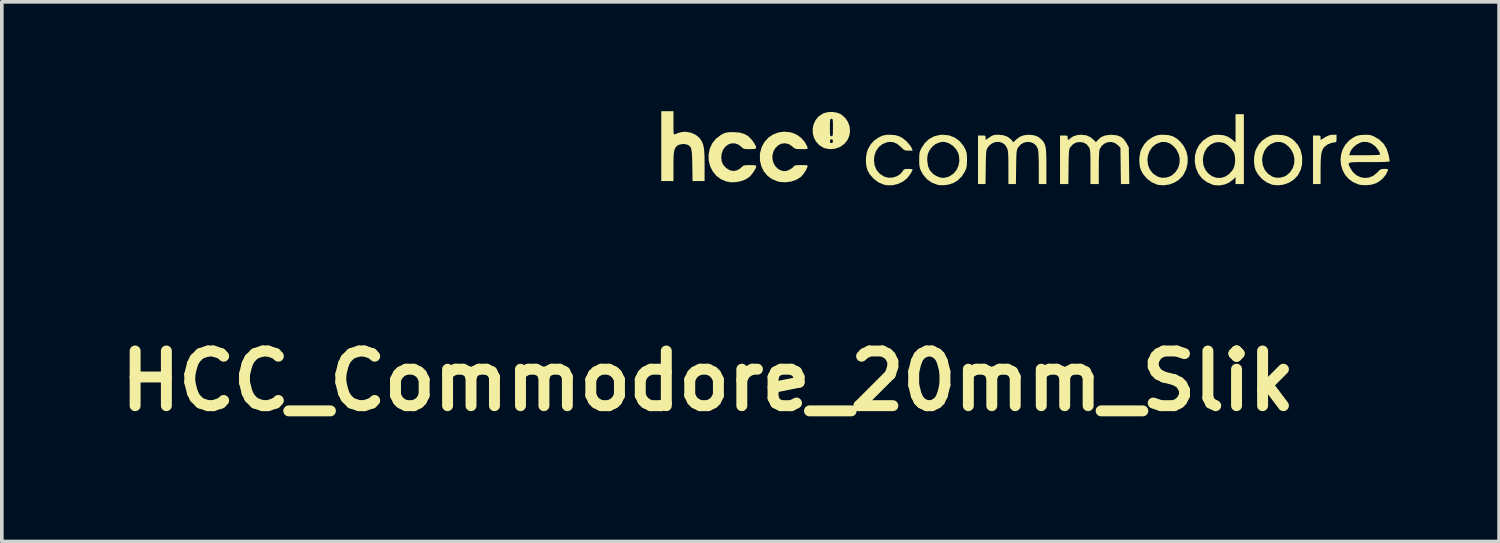
<source format=kicad_pcb>
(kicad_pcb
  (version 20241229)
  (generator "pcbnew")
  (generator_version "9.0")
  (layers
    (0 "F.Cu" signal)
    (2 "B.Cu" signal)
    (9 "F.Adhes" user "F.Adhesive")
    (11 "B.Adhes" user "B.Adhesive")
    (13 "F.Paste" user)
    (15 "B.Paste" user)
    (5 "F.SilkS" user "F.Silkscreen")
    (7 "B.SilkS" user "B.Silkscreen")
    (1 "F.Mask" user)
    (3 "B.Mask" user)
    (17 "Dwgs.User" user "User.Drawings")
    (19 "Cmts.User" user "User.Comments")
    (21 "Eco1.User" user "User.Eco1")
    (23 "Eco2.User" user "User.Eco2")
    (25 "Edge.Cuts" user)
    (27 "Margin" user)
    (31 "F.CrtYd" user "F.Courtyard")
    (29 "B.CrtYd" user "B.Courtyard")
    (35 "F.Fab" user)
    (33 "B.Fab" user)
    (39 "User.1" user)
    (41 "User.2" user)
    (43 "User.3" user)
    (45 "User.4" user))
  (footprint "HCC_Commodore_20mm_Slik"
    (layer "F.Cu")
    (at 25.071 1)
    (property "Reference" "HCC_Commodore_20mm_Slik" (at -8.7 6.4 0) (layer "F.SilkS") (effects (font (size 1.5 1.5) (thickness 0.3))))
    (attr board_only exclude_from_pos_files exclude_from_bom)
    (fp_poly (pts (xy 8.543 -0.25) (xy 8.541 -0.188) (xy 8.532 -0.157) (xy 8.511 -0.146) (xy 8.499 -0.146) (xy 8.401 -0.13) (xy 8.301 -0.088) (xy 8.22 -0.03) (xy 8.219 -0.029) (xy 8.183 0.013) (xy 8.155 0.063) (xy 8.134 0.126) (xy 8.12 0.207) (xy 8.111 0.312) (xy 8.107 0.448) (xy 8.105 0.613) (xy 8.105 1) (xy 8.001 1) (xy 7.897 1) (xy 7.897 0.333) (xy 7.897 -0.333) (xy 8.001 -0.333) (xy 8.063 -0.332) (xy 8.094 -0.324) (xy 8.104 -0.302) (xy 8.105 -0.272) (xy 8.105 -0.211) (xy 8.224 -0.283) (xy 8.308 -0.327) (xy 8.379 -0.349) (xy 8.443 -0.354) (xy 8.543 -0.354)) (stroke (width 0) (type solid)) (fill yes) (layer "F.SilkS"))
    (fp_poly (pts (xy -9.647 -0.675) (xy -9.647 -0.552) (xy -9.646 -0.465) (xy -9.643 -0.409) (xy -9.637 -0.377) (xy -9.629 -0.363) (xy -9.616 -0.363) (xy -9.611 -0.365) (xy -9.501 -0.407) (xy -9.41 -0.429) (xy -9.324 -0.435) (xy -9.293 -0.433) (xy -9.159 -0.408) (xy -9.039 -0.353) (xy -8.942 -0.276) (xy -8.916 -0.244) (xy -8.878 -0.186) (xy -8.848 -0.127) (xy -8.826 -0.06) (xy -8.811 0.021) (xy -8.801 0.122) (xy -8.795 0.249) (xy -8.793 0.41) (xy -8.793 0.483) (xy -8.793 0.917) (xy -8.958 0.917) (xy -9.123 0.917) (xy -9.13 0.484) (xy -9.133 0.324) (xy -9.138 0.2) (xy -9.146 0.107) (xy -9.158 0.039) (xy -9.176 -0.008) (xy -9.2 -0.041) (xy -9.234 -0.065) (xy -9.274 -0.084) (xy -9.35 -0.1) (xy -9.437 -0.094) (xy -9.514 -0.071) (xy -9.548 -0.049) (xy -9.58 -0.015) (xy -9.605 0.024) (xy -9.623 0.075) (xy -9.635 0.143) (xy -9.643 0.235) (xy -9.646 0.356) (xy -9.647 0.513) (xy -9.647 0.52) (xy -9.647 0.917) (xy -9.814 0.917) (xy -9.981 0.917) (xy -9.981 -0.042) (xy -9.981 -1) (xy -9.814 -1) (xy -9.647 -1)) (stroke (width 0) (type solid)) (fill yes) (layer "F.SilkS"))
    (fp_poly (pts (xy 3.928 -0.345) (xy 4.048 -0.312) (xy 4.155 -0.253) (xy 4.253 -0.168) (xy 4.357 -0.036) (xy 4.426 0.113) (xy 4.46 0.271) (xy 4.457 0.434) (xy 4.419 0.594) (xy 4.344 0.744) (xy 4.315 0.784) (xy 4.215 0.885) (xy 4.088 0.962) (xy 3.945 1.013) (xy 3.796 1.034) (xy 3.652 1.022) (xy 3.625 1.015) (xy 3.479 0.953) (xy 3.348 0.856) (xy 3.24 0.732) (xy 3.181 0.628) (xy 3.147 0.518) (xy 3.133 0.386) (xy 3.134 0.339) (xy 3.355 0.339) (xy 3.374 0.484) (xy 3.428 0.612) (xy 3.517 0.717) (xy 3.636 0.795) (xy 3.742 0.825) (xy 3.859 0.823) (xy 3.972 0.79) (xy 4.024 0.762) (xy 4.126 0.671) (xy 4.197 0.559) (xy 4.235 0.435) (xy 4.241 0.304) (xy 4.212 0.174) (xy 4.15 0.052) (xy 4.087 -0.024) (xy 3.985 -0.107) (xy 3.881 -0.15) (xy 3.77 -0.157) (xy 3.71 -0.146) (xy 3.59 -0.097) (xy 3.49 -0.015) (xy 3.415 0.092) (xy 3.368 0.22) (xy 3.355 0.339) (xy 3.134 0.339) (xy 3.138 0.248) (xy 3.162 0.118) (xy 3.19 0.041) (xy 3.269 -0.096) (xy 3.367 -0.201) (xy 3.49 -0.283) (xy 3.505 -0.291) (xy 3.587 -0.327) (xy 3.658 -0.347) (xy 3.741 -0.354) (xy 3.781 -0.354)) (stroke (width 0) (type solid)) (fill yes) (layer "F.SilkS"))
    (fp_poly (pts (xy 7.082 -0.342) (xy 7.211 -0.304) (xy 7.327 -0.235) (xy 7.375 -0.195) (xy 7.483 -0.074) (xy 7.556 0.063) (xy 7.595 0.222) (xy 7.601 0.292) (xy 7.597 0.461) (xy 7.561 0.608) (xy 7.49 0.744) (xy 7.462 0.784) (xy 7.361 0.885) (xy 7.234 0.963) (xy 7.091 1.014) (xy 6.942 1.034) (xy 6.798 1.021) (xy 6.771 1.015) (xy 6.625 0.953) (xy 6.494 0.856) (xy 6.387 0.732) (xy 6.327 0.628) (xy 6.293 0.518) (xy 6.279 0.386) (xy 6.281 0.339) (xy 6.501 0.339) (xy 6.52 0.484) (xy 6.575 0.612) (xy 6.663 0.717) (xy 6.782 0.795) (xy 6.889 0.825) (xy 7.006 0.823) (xy 7.119 0.79) (xy 7.17 0.762) (xy 7.272 0.671) (xy 7.343 0.559) (xy 7.382 0.435) (xy 7.387 0.304) (xy 7.359 0.174) (xy 7.296 0.052) (xy 7.233 -0.024) (xy 7.131 -0.107) (xy 7.028 -0.15) (xy 6.917 -0.157) (xy 6.856 -0.146) (xy 6.737 -0.097) (xy 6.637 -0.015) (xy 6.561 0.092) (xy 6.515 0.22) (xy 6.501 0.339) (xy 6.281 0.339) (xy 6.284 0.248) (xy 6.308 0.118) (xy 6.336 0.041) (xy 6.416 -0.096) (xy 6.513 -0.201) (xy 6.636 -0.283) (xy 6.652 -0.291) (xy 6.733 -0.327) (xy 6.805 -0.347) (xy 6.888 -0.354) (xy 6.928 -0.354)) (stroke (width 0) (type solid)) (fill yes) (layer "F.SilkS"))
    (fp_poly (pts (xy 6.001 0.042) (xy 6.001 1) (xy 5.886 1) (xy 5.772 1) (xy 5.772 0.905) (xy 5.772 0.809) (xy 5.707 0.874) (xy 5.596 0.958) (xy 5.466 1.013) (xy 5.326 1.037) (xy 5.188 1.028) (xy 5.136 1.014) (xy 4.978 0.942) (xy 4.849 0.841) (xy 4.751 0.711) (xy 4.685 0.558) (xy 4.653 0.388) (xy 4.655 0.344) (xy 4.877 0.344) (xy 4.894 0.488) (xy 4.948 0.613) (xy 5.021 0.705) (xy 5.127 0.784) (xy 5.245 0.826) (xy 5.37 0.83) (xy 5.476 0.801) (xy 5.588 0.732) (xy 5.681 0.629) (xy 5.716 0.573) (xy 5.747 0.483) (xy 5.761 0.374) (xy 5.758 0.261) (xy 5.738 0.162) (xy 5.722 0.125) (xy 5.648 0.016) (xy 5.555 -0.071) (xy 5.454 -0.128) (xy 5.432 -0.135) (xy 5.307 -0.153) (xy 5.189 -0.133) (xy 5.083 -0.08) (xy 4.994 0.002) (xy 4.927 0.108) (xy 4.887 0.236) (xy 4.877 0.344) (xy 4.655 0.344) (xy 4.659 0.223) (xy 4.7 0.068) (xy 4.774 -0.072) (xy 4.879 -0.191) (xy 5.013 -0.284) (xy 5.026 -0.291) (xy 5.108 -0.327) (xy 5.18 -0.347) (xy 5.262 -0.353) (xy 5.301 -0.354) (xy 5.441 -0.341) (xy 5.559 -0.302) (xy 5.669 -0.231) (xy 5.695 -0.209) (xy 5.772 -0.142) (xy 5.772 -0.529) (xy 5.772 -0.917) (xy 5.886 -0.917) (xy 6.001 -0.917)) (stroke (width 0) (type solid)) (fill yes) (layer "F.SilkS"))
    (fp_poly (pts (xy -5.155 -0.958) (xy -5.055 -0.917) (xy -5.045 -0.911) (xy -4.936 -0.817) (xy -4.859 -0.705) (xy -4.815 -0.581) (xy -4.803 -0.453) (xy -4.822 -0.327) (xy -4.873 -0.209) (xy -4.956 -0.105) (xy -5.069 -0.023) (xy -5.083 -0.016) (xy -5.21 0.029) (xy -5.346 0.042) (xy -5.476 0.023) (xy -5.533 0.003) (xy -5.649 -0.07) (xy -5.736 -0.166) (xy -5.742 -0.177) (xy -5.355 -0.177) (xy -5.345 -0.136) (xy -5.313 -0.125) (xy -5.281 -0.137) (xy -5.272 -0.177) (xy -5.281 -0.218) (xy -5.313 -0.229) (xy -5.346 -0.217) (xy -5.355 -0.177) (xy -5.742 -0.177) (xy -5.795 -0.278) (xy -5.825 -0.4) (xy -5.826 -0.526) (xy -5.821 -0.552) (xy -5.355 -0.552) (xy -5.355 -0.449) (xy -5.352 -0.381) (xy -5.347 -0.34) (xy -5.338 -0.32) (xy -5.324 -0.313) (xy -5.313 -0.313) (xy -5.295 -0.315) (xy -5.284 -0.327) (xy -5.276 -0.357) (xy -5.273 -0.41) (xy -5.272 -0.494) (xy -5.272 -0.552) (xy -5.272 -0.655) (xy -5.274 -0.723) (xy -5.279 -0.764) (xy -5.289 -0.784) (xy -5.303 -0.791) (xy -5.313 -0.792) (xy -5.331 -0.789) (xy -5.343 -0.777) (xy -5.35 -0.748) (xy -5.354 -0.695) (xy -5.355 -0.611) (xy -5.355 -0.552) (xy -5.821 -0.552) (xy -5.8 -0.648) (xy -5.745 -0.761) (xy -5.663 -0.857) (xy -5.552 -0.931) (xy -5.511 -0.949) (xy -5.399 -0.976) (xy -5.275 -0.978)) (stroke (width 0) (type solid)) (fill yes) (layer "F.SilkS"))
    (fp_poly (pts (xy -3.573 -0.345) (xy -3.453 -0.312) (xy -3.347 -0.253) (xy -3.249 -0.168) (xy -3.19 -0.103) (xy -3.14 -0.039) (xy -3.111 0.011) (xy -3.11 0.016) (xy -3.086 0.083) (xy -3.197 0.083) (xy -3.257 0.081) (xy -3.301 0.071) (xy -3.342 0.045) (xy -3.394 -0.004) (xy -3.409 -0.019) (xy -3.51 -0.103) (xy -3.611 -0.148) (xy -3.717 -0.158) (xy -3.793 -0.146) (xy -3.915 -0.096) (xy -4.015 -0.015) (xy -4.09 0.093) (xy -4.134 0.222) (xy -4.146 0.338) (xy -4.128 0.487) (xy -4.076 0.613) (xy -3.99 0.715) (xy -3.872 0.791) (xy -3.862 0.796) (xy -3.75 0.825) (xy -3.634 0.821) (xy -3.523 0.787) (xy -3.427 0.727) (xy -3.358 0.645) (xy -3.335 0.61) (xy -3.306 0.592) (xy -3.26 0.585) (xy -3.204 0.584) (xy -3.139 0.586) (xy -3.096 0.592) (xy -3.084 0.599) (xy -3.094 0.624) (xy -3.119 0.674) (xy -3.148 0.725) (xy -3.237 0.841) (xy -3.354 0.933) (xy -3.49 0.997) (xy -3.638 1.032) (xy -3.788 1.032) (xy -3.877 1.015) (xy -4.023 0.953) (xy -4.153 0.856) (xy -4.261 0.732) (xy -4.321 0.628) (xy -4.354 0.518) (xy -4.368 0.386) (xy -4.363 0.248) (xy -4.339 0.118) (xy -4.311 0.041) (xy -4.232 -0.096) (xy -4.135 -0.201) (xy -4.011 -0.283) (xy -3.996 -0.291) (xy -3.914 -0.327) (xy -3.843 -0.347) (xy -3.76 -0.354) (xy -3.72 -0.354)) (stroke (width 0) (type solid)) (fill yes) (layer "F.SilkS"))
    (fp_poly (pts (xy -6.45 -0.423) (xy -6.391 -0.409) (xy -6.26 -0.352) (xy -6.142 -0.266) (xy -6.046 -0.158) (xy -5.981 -0.038) (xy -5.97 -0.005) (xy -5.965 0.018) (xy -5.972 0.031) (xy -5.998 0.039) (xy -6.051 0.041) (xy -6.132 0.042) (xy -6.219 0.041) (xy -6.276 0.036) (xy -6.315 0.024) (xy -6.349 0.002) (xy -6.383 -0.03) (xy -6.478 -0.094) (xy -6.578 -0.12) (xy -6.679 -0.11) (xy -6.772 -0.065) (xy -6.852 0.013) (xy -6.899 0.093) (xy -6.931 0.206) (xy -6.93 0.319) (xy -6.9 0.426) (xy -6.844 0.519) (xy -6.767 0.591) (xy -6.672 0.635) (xy -6.593 0.646) (xy -6.531 0.634) (xy -6.459 0.603) (xy -6.393 0.562) (xy -6.35 0.521) (xy -6.35 0.52) (xy -6.333 0.5) (xy -6.305 0.488) (xy -6.257 0.482) (xy -6.181 0.479) (xy -6.14 0.479) (xy -6.053 0.48) (xy -5.999 0.482) (xy -5.973 0.489) (xy -5.965 0.503) (xy -5.97 0.524) (xy -5.97 0.526) (xy -6.011 0.619) (xy -6.074 0.716) (xy -6.146 0.797) (xy -6.161 0.811) (xy -6.276 0.881) (xy -6.415 0.929) (xy -6.565 0.95) (xy -6.714 0.943) (xy -6.789 0.927) (xy -6.941 0.864) (xy -7.069 0.771) (xy -7.169 0.651) (xy -7.238 0.509) (xy -7.274 0.351) (xy -7.275 0.18) (xy -7.269 0.139) (xy -7.225 -0.021) (xy -7.147 -0.16) (xy -7.043 -0.274) (xy -6.916 -0.36) (xy -6.771 -0.416) (xy -6.614 -0.438)) (stroke (width 0) (type solid)) (fill yes) (layer "F.SilkS"))
    (fp_poly (pts (xy -7.838 -0.413) (xy -7.705 -0.377) (xy -7.594 -0.314) (xy -7.5 -0.219) (xy -7.444 -0.141) (xy -7.397 -0.061) (xy -7.376 -0.009) (xy -7.387 0.022) (xy -7.431 0.037) (xy -7.512 0.041) (xy -7.55 0.042) (xy -7.637 0.041) (xy -7.693 0.036) (xy -7.73 0.024) (xy -7.758 0.003) (xy -7.774 -0.012) (xy -7.863 -0.083) (xy -7.959 -0.117) (xy -8.055 -0.117) (xy -8.145 -0.086) (xy -8.224 -0.027) (xy -8.286 0.058) (xy -8.325 0.166) (xy -8.335 0.265) (xy -8.324 0.375) (xy -8.286 0.464) (xy -8.215 0.546) (xy -8.201 0.558) (xy -8.104 0.619) (xy -8.002 0.64) (xy -7.901 0.622) (xy -7.807 0.565) (xy -7.782 0.541) (xy -7.75 0.511) (xy -7.719 0.492) (xy -7.678 0.483) (xy -7.614 0.48) (xy -7.549 0.479) (xy -7.464 0.48) (xy -7.412 0.484) (xy -7.386 0.493) (xy -7.377 0.509) (xy -7.376 0.517) (xy -7.389 0.561) (xy -7.423 0.625) (xy -7.47 0.695) (xy -7.522 0.761) (xy -7.556 0.796) (xy -7.657 0.866) (xy -7.784 0.917) (xy -7.925 0.946) (xy -8.068 0.951) (xy -8.194 0.93) (xy -8.342 0.868) (xy -8.469 0.774) (xy -8.569 0.653) (xy -8.641 0.51) (xy -8.68 0.352) (xy -8.684 0.198) (xy -8.651 0.029) (xy -8.581 -0.121) (xy -8.477 -0.249) (xy -8.341 -0.351) (xy -8.308 -0.369) (xy -8.251 -0.397) (xy -8.199 -0.413) (xy -8.138 -0.422) (xy -8.057 -0.425) (xy -8.001 -0.425)) (stroke (width 0) (type solid)) (fill yes) (layer "F.SilkS"))
    (fp_poly (pts (xy -2.083 -0.335) (xy -1.934 -0.278) (xy -1.805 -0.186) (xy -1.699 -0.061) (xy -1.655 0.014) (xy -1.626 0.077) (xy -1.608 0.132) (xy -1.598 0.192) (xy -1.594 0.273) (xy -1.594 0.333) (xy -1.596 0.435) (xy -1.602 0.509) (xy -1.616 0.569) (xy -1.64 0.63) (xy -1.649 0.648) (xy -1.736 0.788) (xy -1.851 0.901) (xy -1.969 0.972) (xy -2.082 1.009) (xy -2.209 1.03) (xy -2.332 1.031) (xy -2.402 1.02) (xy -2.558 0.961) (xy -2.692 0.867) (xy -2.799 0.742) (xy -2.852 0.648) (xy -2.879 0.584) (xy -2.895 0.525) (xy -2.904 0.457) (xy -2.906 0.364) (xy -2.906 0.333) (xy -2.906 0.282) (xy -2.685 0.282) (xy -2.684 0.367) (xy -2.662 0.511) (xy -2.61 0.627) (xy -2.527 0.719) (xy -2.44 0.775) (xy -2.33 0.82) (xy -2.228 0.83) (xy -2.122 0.805) (xy -2.071 0.784) (xy -1.964 0.712) (xy -1.881 0.612) (xy -1.827 0.493) (xy -1.804 0.36) (xy -1.815 0.223) (xy -1.832 0.158) (xy -1.888 0.051) (xy -1.973 -0.043) (xy -2.076 -0.113) (xy -2.139 -0.137) (xy -2.209 -0.155) (xy -2.263 -0.159) (xy -2.323 -0.148) (xy -2.362 -0.137) (xy -2.463 -0.095) (xy -2.544 -0.027) (xy -2.549 -0.021) (xy -2.624 0.075) (xy -2.667 0.171) (xy -2.685 0.282) (xy -2.906 0.282) (xy -2.905 0.235) (xy -2.899 0.165) (xy -2.886 0.108) (xy -2.863 0.051) (xy -2.845 0.014) (xy -2.752 -0.127) (xy -2.635 -0.236) (xy -2.495 -0.311) (xy -2.337 -0.349) (xy -2.25 -0.354)) (stroke (width 0) (type solid)) (fill yes) (layer "F.SilkS"))
    (fp_poly (pts (xy 1.677 -0.338) (xy 1.791 -0.289) (xy 1.883 -0.212) (xy 1.943 -0.149) (xy 1.993 -0.208) (xy 2.082 -0.287) (xy 2.194 -0.334) (xy 2.332 -0.352) (xy 2.393 -0.351) (xy 2.523 -0.336) (xy 2.624 -0.298) (xy 2.704 -0.235) (xy 2.773 -0.139) (xy 2.782 -0.123) (xy 2.844 -0.01) (xy 2.851 0.495) (xy 2.858 1) (xy 2.743 1) (xy 2.628 1) (xy 2.621 0.501) (xy 2.615 0.003) (xy 2.553 -0.062) (xy 2.467 -0.125) (xy 2.369 -0.154) (xy 2.27 -0.149) (xy 2.177 -0.112) (xy 2.099 -0.046) (xy 2.043 0.048) (xy 2.043 0.048) (xy 2.036 0.089) (xy 2.03 0.166) (xy 2.025 0.274) (xy 2.022 0.407) (xy 2.021 0.554) (xy 2.021 1) (xy 1.907 1) (xy 1.792 1) (xy 1.792 0.526) (xy 1.792 0.372) (xy 1.791 0.253) (xy 1.788 0.165) (xy 1.784 0.101) (xy 1.778 0.055) (xy 1.769 0.023) (xy 1.758 -0.003) (xy 1.751 -0.014) (xy 1.683 -0.096) (xy 1.597 -0.141) (xy 1.498 -0.154) (xy 1.401 -0.14) (xy 1.319 -0.097) (xy 1.244 -0.017) (xy 1.241 -0.013) (xy 1.227 0.008) (xy 1.217 0.033) (xy 1.209 0.068) (xy 1.203 0.118) (xy 1.199 0.189) (xy 1.196 0.286) (xy 1.193 0.416) (xy 1.192 0.522) (xy 1.186 1) (xy 1.072 1) (xy 0.958 1) (xy 0.958 0.333) (xy 0.958 -0.333) (xy 1.063 -0.333) (xy 1.124 -0.332) (xy 1.155 -0.324) (xy 1.166 -0.302) (xy 1.167 -0.271) (xy 1.17 -0.224) (xy 1.184 -0.212) (xy 1.217 -0.235) (xy 1.235 -0.252) (xy 1.326 -0.314) (xy 1.442 -0.347) (xy 1.542 -0.354)) (stroke (width 0) (type solid)) (fill yes) (layer "F.SilkS"))
    (fp_poly (pts (xy -0.596 -0.34) (xy -0.48 -0.297) (xy -0.39 -0.23) (xy -0.37 -0.206) (xy -0.325 -0.145) (xy -0.251 -0.218) (xy -0.151 -0.295) (xy -0.039 -0.339) (xy 0.096 -0.354) (xy 0.109 -0.354) (xy 0.252 -0.338) (xy 0.37 -0.29) (xy 0.465 -0.208) (xy 0.473 -0.199) (xy 0.506 -0.156) (xy 0.531 -0.111) (xy 0.551 -0.06) (xy 0.565 0.003) (xy 0.574 0.085) (xy 0.58 0.191) (xy 0.583 0.326) (xy 0.583 0.496) (xy 0.583 0.518) (xy 0.583 1) (xy 0.479 1) (xy 0.375 1) (xy 0.375 0.56) (xy 0.374 0.389) (xy 0.37 0.246) (xy 0.364 0.136) (xy 0.356 0.061) (xy 0.351 0.038) (xy 0.305 -0.052) (xy 0.235 -0.115) (xy 0.149 -0.15) (xy 0.055 -0.157) (xy -0.039 -0.135) (xy -0.124 -0.084) (xy -0.189 -0.008) (xy -0.206 0.02) (xy -0.218 0.048) (xy -0.227 0.083) (xy -0.234 0.129) (xy -0.239 0.194) (xy -0.242 0.284) (xy -0.244 0.404) (xy -0.246 0.537) (xy -0.253 1) (xy -0.356 1) (xy -0.458 1) (xy -0.459 0.547) (xy -0.459 0.394) (xy -0.461 0.277) (xy -0.464 0.189) (xy -0.469 0.124) (xy -0.476 0.076) (xy -0.486 0.039) (xy -0.499 0.007) (xy -0.552 -0.078) (xy -0.625 -0.131) (xy -0.712 -0.157) (xy -0.807 -0.155) (xy -0.903 -0.119) (xy -0.985 -0.056) (xy -1.023 -0.008) (xy -1.039 0.02) (xy -1.052 0.048) (xy -1.061 0.083) (xy -1.067 0.129) (xy -1.072 0.194) (xy -1.075 0.284) (xy -1.078 0.404) (xy -1.08 0.537) (xy -1.086 1) (xy -1.189 1) (xy -1.292 1) (xy -1.292 0.333) (xy -1.292 -0.333) (xy -1.188 -0.333) (xy -1.126 -0.332) (xy -1.095 -0.324) (xy -1.085 -0.302) (xy -1.084 -0.272) (xy -1.084 -0.211) (xy -0.977 -0.283) (xy -0.912 -0.323) (xy -0.857 -0.345) (xy -0.793 -0.353) (xy -0.734 -0.354)) (stroke (width 0) (type solid)) (fill yes) (layer "F.SilkS"))
    (fp_poly (pts (xy 9.443 -0.349) (xy 9.5 -0.336) (xy 9.562 -0.311) (xy 9.568 -0.308) (xy 9.716 -0.221) (xy 9.831 -0.112) (xy 9.914 0.023) (xy 9.968 0.188) (xy 9.971 0.201) (xy 9.986 0.276) (xy 9.997 0.337) (xy 10.001 0.37) (xy 10.001 0.37) (xy 9.992 0.378) (xy 9.963 0.384) (xy 9.909 0.389) (xy 9.827 0.393) (xy 9.713 0.395) (xy 9.563 0.396) (xy 9.439 0.396) (xy 9.265 0.396) (xy 9.129 0.396) (xy 9.027 0.399) (xy 8.954 0.404) (xy 8.908 0.413) (xy 8.883 0.428) (xy 8.875 0.449) (xy 8.882 0.478) (xy 8.899 0.516) (xy 8.916 0.552) (xy 8.99 0.668) (xy 9.084 0.754) (xy 9.194 0.809) (xy 9.312 0.832) (xy 9.431 0.821) (xy 9.546 0.775) (xy 9.648 0.693) (xy 9.657 0.684) (xy 9.709 0.629) (xy 9.748 0.599) (xy 9.789 0.586) (xy 9.846 0.583) (xy 9.855 0.583) (xy 9.918 0.585) (xy 9.948 0.592) (xy 9.954 0.609) (xy 9.949 0.63) (xy 9.897 0.739) (xy 9.815 0.842) (xy 9.711 0.929) (xy 9.626 0.977) (xy 9.5 1.016) (xy 9.357 1.032) (xy 9.217 1.024) (xy 9.15 1.01) (xy 9.001 0.949) (xy 8.878 0.86) (xy 8.78 0.749) (xy 8.71 0.62) (xy 8.667 0.481) (xy 8.652 0.335) (xy 8.665 0.208) (xy 8.893 0.208) (xy 9.311 0.208) (xy 9.438 0.208) (xy 9.551 0.205) (xy 9.643 0.202) (xy 9.707 0.198) (xy 9.737 0.192) (xy 9.739 0.191) (xy 9.735 0.166) (xy 9.714 0.116) (xy 9.688 0.067) (xy 9.611 -0.032) (xy 9.513 -0.106) (xy 9.403 -0.15) (xy 9.29 -0.16) (xy 9.216 -0.145) (xy 9.107 -0.094) (xy 9.012 -0.018) (xy 8.941 0.072) (xy 8.907 0.152) (xy 8.893 0.208) (xy 8.665 0.208) (xy 8.667 0.189) (xy 8.711 0.048) (xy 8.785 -0.083) (xy 8.89 -0.197) (xy 8.99 -0.27) (xy 9.058 -0.307) (xy 9.117 -0.33) (xy 9.185 -0.343) (xy 9.277 -0.35) (xy 9.283 -0.35) (xy 9.376 -0.353)) (stroke (width 0) (type solid)) (fill yes) (layer "F.SilkS")))
  (gr_rect
    (start -3 -3)
    (end 38.073 11.804)
    (stroke (width 0.1) (type default))
    (fill no)
    (layer "Edge.Cuts")))
</source>
